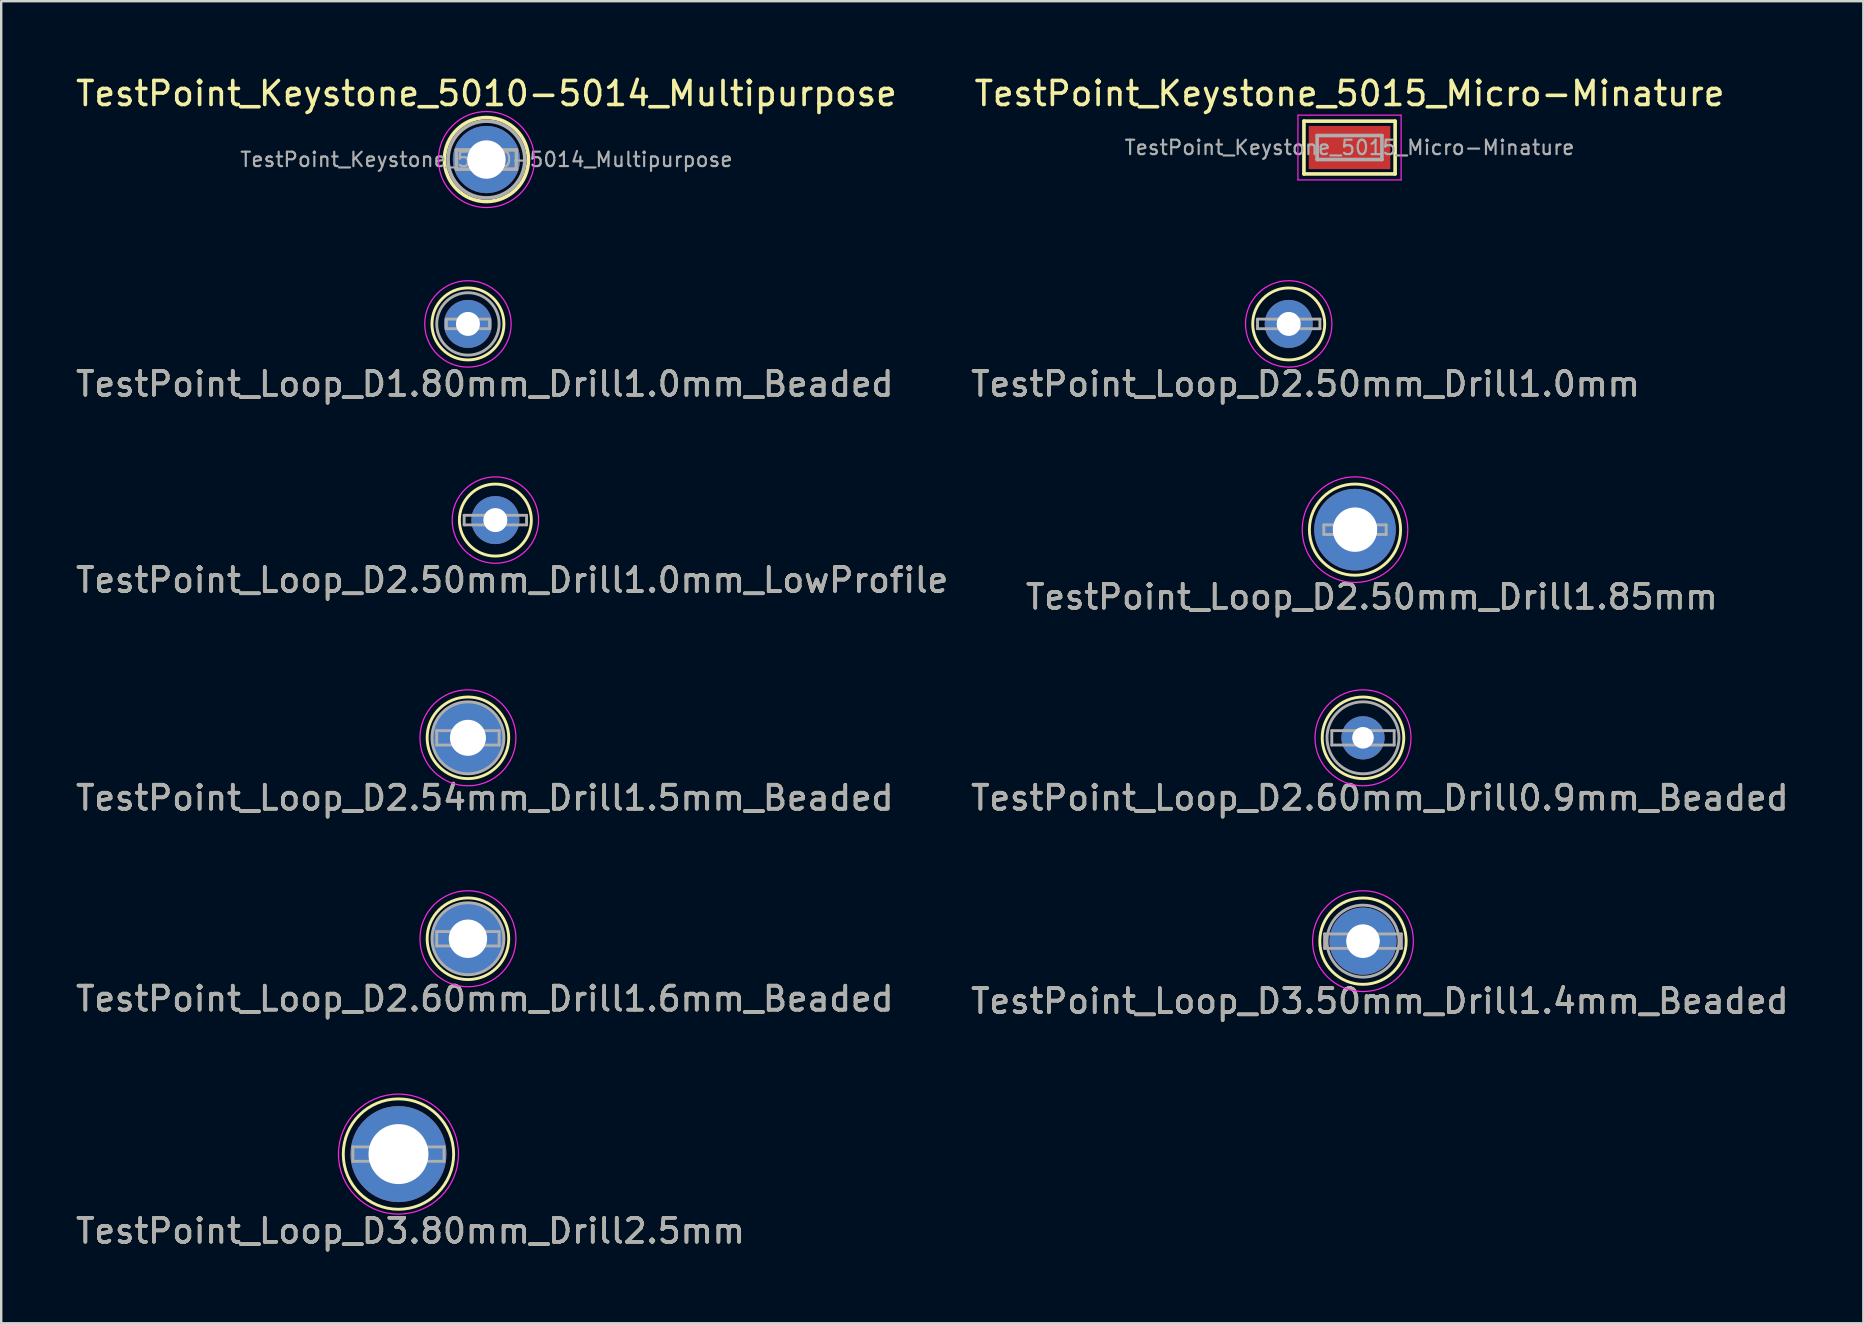
<source format=kicad_pcb>
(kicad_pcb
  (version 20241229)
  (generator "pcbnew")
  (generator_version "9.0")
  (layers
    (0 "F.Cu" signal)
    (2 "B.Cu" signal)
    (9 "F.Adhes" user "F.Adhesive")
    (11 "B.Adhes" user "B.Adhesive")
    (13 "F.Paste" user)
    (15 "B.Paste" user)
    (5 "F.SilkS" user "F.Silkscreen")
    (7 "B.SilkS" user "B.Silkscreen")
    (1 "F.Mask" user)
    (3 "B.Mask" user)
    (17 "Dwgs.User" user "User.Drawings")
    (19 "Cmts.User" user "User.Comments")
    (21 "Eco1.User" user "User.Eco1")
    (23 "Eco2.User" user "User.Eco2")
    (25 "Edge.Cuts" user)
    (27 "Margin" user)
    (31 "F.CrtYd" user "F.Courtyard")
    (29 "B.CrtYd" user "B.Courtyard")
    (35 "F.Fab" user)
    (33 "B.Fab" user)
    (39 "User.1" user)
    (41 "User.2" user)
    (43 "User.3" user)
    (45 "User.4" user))
  (footprint "TestPoint_Loop_D2.50mm_Drill1.0mm_LowProfile"
    (layer "F.Cu")
    (at 17.592 18.622)
    (property "Reference" "TestPoint_Loop_D2.50mm_Drill1.0mm_LowProfile" (at 0.7 2.5 0) (layer "F.SilkS") (effects (font (size 1 1) (thickness 0.15))))
    (attr through_hole)
    (fp_circle (center 0 0) (end 1.5 0) (stroke (width 0.12) (type solid)) (fill no) (layer "F.SilkS"))
    (fp_circle (center 0 0) (end 1.8 0) (stroke (width 0.05) (type solid)) (fill no) (layer "F.CrtYd"))
    (fp_line (start -1.3 -0.2) (end -1.3 0.2) (stroke (width 0.12) (type solid)) (layer "F.Fab"))
    (fp_line (start -1.3 0.2) (end 1.3 0.2) (stroke (width 0.12) (type solid)) (layer "F.Fab"))
    (fp_line (start 1.3 -0.2) (end -1.3 -0.2) (stroke (width 0.12) (type solid)) (layer "F.Fab"))
    (fp_line (start 1.3 0.2) (end 1.3 -0.2) (stroke (width 0.12) (type solid)) (layer "F.Fab"))
    (fp_text user "${REFERENCE}" (at 0.7 2.5 0) (layer "F.Fab") (effects (font (size 1 1) (thickness 0.15))))
    (pad "1" thru_hole circle (at 0 0) (size 2 2) (drill 1) (layers "*.Cu" "*.Mask")))
  (footprint "TestPoint_Keystone_5015_Micro-Minature"
    (layer "F.Cu")
    (at 53.185 3.098)
    (property "Reference" "TestPoint_Keystone_5015_Micro-Minature" (at 0 -2.25 0) (layer "F.SilkS") (effects (font (size 1 1) (thickness 0.15))))
    (attr smd)
    (fp_line (start -1.9 -1.1) (end 1.9 -1.1) (stroke (width 0.15) (type solid)) (layer "F.SilkS"))
    (fp_line (start -1.9 1.1) (end -1.9 -1.1) (stroke (width 0.15) (type solid)) (layer "F.SilkS"))
    (fp_line (start 1.9 -1.1) (end 1.9 1.1) (stroke (width 0.15) (type solid)) (layer "F.SilkS"))
    (fp_line (start 1.9 1.1) (end -1.9 1.1) (stroke (width 0.15) (type solid)) (layer "F.SilkS"))
    (fp_line (start -2.15 -1.35) (end 2.15 -1.35) (stroke (width 0.05) (type solid)) (layer "F.CrtYd"))
    (fp_line (start -2.15 1.35) (end -2.15 -1.35) (stroke (width 0.05) (type solid)) (layer "F.CrtYd"))
    (fp_line (start 2.15 -1.35) (end 2.15 1.35) (stroke (width 0.05) (type solid)) (layer "F.CrtYd"))
    (fp_line (start 2.15 1.35) (end -2.15 1.35) (stroke (width 0.05) (type solid)) (layer "F.CrtYd"))
    (fp_line (start -1.35 0.5) (end -1.35 -0.5) (stroke (width 0.15) (type solid)) (layer "F.Fab"))
    (fp_line (start -1.35 0.5) (end 1.35 0.5) (stroke (width 0.15) (type solid)) (layer "F.Fab"))
    (fp_line (start 1.35 -0.5) (end -1.35 -0.5) (stroke (width 0.15) (type solid)) (layer "F.Fab"))
    (fp_line (start 1.35 -0.5) (end 1.35 0.5) (stroke (width 0.15) (type solid)) (layer "F.Fab"))
    (fp_text user "${REFERENCE}" (at 0 0 0) (layer "F.Fab") (effects (font (size 0.6 0.6) (thickness 0.09))))
    (pad "1" smd rect (at 0 0) (size 3.4 1.8) (layers "F.Cu" "F.Mask" "F.Paste")))
  (footprint "TestPoint_Loop_D2.54mm_Drill1.5mm_Beaded"
    (layer "F.Cu")
    (at 16.449 27.695)
    (property "Reference" "TestPoint_Loop_D2.54mm_Drill1.5mm_Beaded" (at 0.7 2.5 0) (layer "F.SilkS") (effects (font (size 1 1) (thickness 0.15))))
    (attr through_hole)
    (fp_circle (center 0 0) (end 1.7 0) (stroke (width 0.12) (type solid)) (fill no) (layer "F.SilkS"))
    (fp_circle (center 0 0) (end 2 0) (stroke (width 0.05) (type solid)) (fill no) (layer "F.CrtYd"))
    (fp_line (start -1.3 -0.3) (end -1.3 0.3) (stroke (width 0.12) (type solid)) (layer "F.Fab"))
    (fp_line (start -1.3 0.3) (end 1.3 0.3) (stroke (width 0.12) (type solid)) (layer "F.Fab"))
    (fp_line (start 1.3 -0.3) (end -1.3 -0.3) (stroke (width 0.12) (type solid)) (layer "F.Fab"))
    (fp_line (start 1.3 0.3) (end 1.3 -0.3) (stroke (width 0.12) (type solid)) (layer "F.Fab"))
    (fp_circle (center 0 0) (end 1.5 0) (stroke (width 0.12) (type solid)) (fill no) (layer "F.Fab"))
    (fp_text user "${REFERENCE}" (at 0.7 2.5 0) (layer "F.Fab") (effects (font (size 1 1) (thickness 0.15))))
    (pad "1" thru_hole circle (at 0 0) (size 3 3) (drill 1.5) (layers "*.Cu" "*.Mask")))
  (footprint "TestPoint_Keystone_5010-5014_Multipurpose"
    (layer "F.Cu")
    (at 17.22 3.598)
    (property "Reference" "TestPoint_Keystone_5010-5014_Multipurpose" (at 0 -2.75 0) (layer "F.SilkS") (effects (font (size 1 1) (thickness 0.15))))
    (attr through_hole)
    (fp_circle (center 0 0) (end 1.75 0) (stroke (width 0.15) (type solid)) (fill no) (layer "F.SilkS"))
    (fp_circle (center 0 0) (end 2 0) (stroke (width 0.05) (type solid)) (fill no) (layer "F.CrtYd"))
    (fp_line (start -1.25 -0.4) (end 1.25 -0.4) (stroke (width 0.15) (type solid)) (layer "F.Fab"))
    (fp_line (start -1.25 0.4) (end -1.25 -0.4) (stroke (width 0.15) (type solid)) (layer "F.Fab"))
    (fp_line (start 1.25 -0.4) (end 1.25 0.4) (stroke (width 0.15) (type solid)) (layer "F.Fab"))
    (fp_line (start 1.25 0.4) (end -1.25 0.4) (stroke (width 0.15) (type solid)) (layer "F.Fab"))
    (fp_circle (center 0 0) (end 1.6 0) (stroke (width 0.15) (type solid)) (fill no) (layer "F.Fab"))
    (fp_text user "${REFERENCE}" (at 0 0 0) (layer "F.Fab") (effects (font (size 0.6 0.6) (thickness 0.09))))
    (pad "1" thru_hole circle (at 0 0) (size 2.8 2.8) (drill 1.6) (layers "*.Cu" "*.Mask")))
  (footprint "TestPoint_Loop_D2.60mm_Drill1.6mm_Beaded"
    (layer "F.Cu")
    (at 16.449 36.068)
    (property "Reference" "TestPoint_Loop_D2.60mm_Drill1.6mm_Beaded" (at 0.7 2.5 0) (layer "F.SilkS") (effects (font (size 1 1) (thickness 0.15))))
    (attr through_hole)
    (fp_circle (center 0 0) (end 1.7 0) (stroke (width 0.12) (type solid)) (fill no) (layer "F.SilkS"))
    (fp_circle (center 0 0) (end 2 0) (stroke (width 0.05) (type solid)) (fill no) (layer "F.CrtYd"))
    (fp_line (start -1.3 -0.3) (end -1.3 0.3) (stroke (width 0.12) (type solid)) (layer "F.Fab"))
    (fp_line (start -1.3 0.3) (end 1.3 0.3) (stroke (width 0.12) (type solid)) (layer "F.Fab"))
    (fp_line (start 1.3 -0.3) (end -1.3 -0.3) (stroke (width 0.12) (type solid)) (layer "F.Fab"))
    (fp_line (start 1.3 0.3) (end 1.3 -0.3) (stroke (width 0.12) (type solid)) (layer "F.Fab"))
    (fp_circle (center 0 0) (end 1.5 0) (stroke (width 0.12) (type solid)) (fill no) (layer "F.Fab"))
    (fp_text user "${REFERENCE}" (at 0.7 2.5 0) (layer "F.Fab") (effects (font (size 1 1) (thickness 0.15))))
    (pad "1" thru_hole circle (at 0 0) (size 3 3) (drill 1.6) (layers "*.Cu" "*.Mask")))
  (footprint "TestPoint_Loop_D1.80mm_Drill1.0mm_Beaded"
    (layer "F.Cu")
    (at 16.449 10.448)
    (property "Reference" "TestPoint_Loop_D1.80mm_Drill1.0mm_Beaded" (at 0.7 2.5 0) (layer "F.SilkS") (effects (font (size 1 1) (thickness 0.15))))
    (attr through_hole)
    (fp_circle (center 0 0) (end 1.5 0) (stroke (width 0.12) (type solid)) (fill no) (layer "F.SilkS"))
    (fp_circle (center 0 0) (end 1.8 0) (stroke (width 0.05) (type solid)) (fill no) (layer "F.CrtYd"))
    (fp_line (start -0.9 -0.2) (end 0.9 -0.2) (stroke (width 0.12) (type solid)) (layer "F.Fab"))
    (fp_line (start -0.9 0.2) (end -0.9 -0.2) (stroke (width 0.12) (type solid)) (layer "F.Fab"))
    (fp_line (start 0.9 -0.2) (end 0.9 0.2) (stroke (width 0.12) (type solid)) (layer "F.Fab"))
    (fp_line (start 0.9 0.2) (end -0.9 0.2) (stroke (width 0.12) (type solid)) (layer "F.Fab"))
    (fp_circle (center 0 0) (end 1.3 0) (stroke (width 0.12) (type solid)) (fill no) (layer "F.Fab"))
    (fp_text user "${REFERENCE}" (at 0.7 2.5 0) (layer "F.Fab") (effects (font (size 1 1) (thickness 0.15))))
    (pad "1" thru_hole circle (at 0 0) (size 2 2) (drill 1) (layers "*.Cu" "*.Mask")))
  (footprint "TestPoint_Loop_D3.80mm_Drill2.5mm"
    (layer "F.Cu")
    (at 13.554 45.041)
    (property "Reference" "TestPoint_Loop_D3.80mm_Drill2.5mm" (at 0.5 3.2 0) (layer "F.SilkS") (effects (font (size 1 1) (thickness 0.15))))
    (attr through_hole)
    (fp_circle (center 0 0) (end 2.3 0) (stroke (width 0.12) (type solid)) (fill no) (layer "F.SilkS"))
    (fp_circle (center 0 0) (end 2.5 0) (stroke (width 0.05) (type solid)) (fill no) (layer "F.CrtYd"))
    (fp_line (start -1.9 -0.3) (end -1.9 0.3) (stroke (width 0.12) (type solid)) (layer "F.Fab"))
    (fp_line (start -1.9 0.3) (end 1.9 0.3) (stroke (width 0.12) (type solid)) (layer "F.Fab"))
    (fp_line (start 1.9 -0.3) (end -1.9 -0.3) (stroke (width 0.12) (type solid)) (layer "F.Fab"))
    (fp_line (start 1.9 0.3) (end 1.9 -0.3) (stroke (width 0.12) (type solid)) (layer "F.Fab"))
    (fp_text user "${REFERENCE}" (at 0.5 3.2 0) (layer "F.Fab") (effects (font (size 1 1) (thickness 0.15))))
    (pad "1" thru_hole circle (at 0 0) (size 4 4) (drill 2.5) (layers "*.Cu" "*.Mask")))
  (footprint "TestPoint_Loop_D2.50mm_Drill1.85mm"
    (layer "F.Cu")
    (at 53.413 19.021)
    (property "Reference" "TestPoint_Loop_D2.50mm_Drill1.85mm" (at 0.7 2.8 0) (layer "F.SilkS") (effects (font (size 1 1) (thickness 0.15))))
    (attr through_hole)
    (fp_circle (center 0 0) (end 1.9 0) (stroke (width 0.12) (type solid)) (fill no) (layer "F.SilkS"))
    (fp_circle (center 0 0) (end 2.2 0) (stroke (width 0.05) (type solid)) (fill no) (layer "F.CrtYd"))
    (fp_line (start -1.3 -0.2) (end -1.3 0.2) (stroke (width 0.12) (type solid)) (layer "F.Fab"))
    (fp_line (start -1.3 0.2) (end 1.3 0.2) (stroke (width 0.12) (type solid)) (layer "F.Fab"))
    (fp_line (start 1.3 -0.2) (end -1.3 -0.2) (stroke (width 0.12) (type solid)) (layer "F.Fab"))
    (fp_line (start 1.3 0.2) (end 1.3 -0.2) (stroke (width 0.12) (type solid)) (layer "F.Fab"))
    (fp_text user "${REFERENCE}" (at 0.7 2.8 0) (layer "F.Fab") (effects (font (size 1 1) (thickness 0.15))))
    (pad "1" thru_hole circle (at 0 0) (size 3.4 3.4) (drill 1.85) (layers "*.Cu" "*.Mask")))
  (footprint "TestPoint_Loop_D3.50mm_Drill1.4mm_Beaded"
    (layer "F.Cu")
    (at 53.746 36.168)
    (property "Reference" "TestPoint_Loop_D3.50mm_Drill1.4mm_Beaded" (at 0.7 2.5 0) (layer "F.SilkS") (effects (font (size 1 1) (thickness 0.15))))
    (attr through_hole)
    (fp_circle (center 0 0) (end 1.8 0) (stroke (width 0.12) (type solid)) (fill no) (layer "F.SilkS"))
    (fp_circle (center 0 0) (end 2.1 0) (stroke (width 0.05) (type solid)) (fill no) (layer "F.CrtYd"))
    (fp_line (start -1.6 -0.3) (end -1.6 0.3) (stroke (width 0.12) (type solid)) (layer "F.Fab"))
    (fp_line (start -1.6 0.3) (end 1.6 0.3) (stroke (width 0.12) (type solid)) (layer "F.Fab"))
    (fp_line (start 1.6 -0.3) (end -1.6 -0.3) (stroke (width 0.12) (type solid)) (layer "F.Fab"))
    (fp_line (start 1.6 0.3) (end 1.6 -0.3) (stroke (width 0.12) (type solid)) (layer "F.Fab"))
    (fp_circle (center 0 0) (end 1.5 0) (stroke (width 0.12) (type solid)) (fill no) (layer "F.Fab"))
    (fp_text user "${REFERENCE}" (at 0.7 2.5 0) (layer "F.Fab") (effects (font (size 1 1) (thickness 0.15))))
    (pad "1" thru_hole circle (at 0 0) (size 2.8 2.8) (drill 1.4) (layers "*.Cu" "*.Mask")))
  (footprint "TestPoint_Loop_D2.60mm_Drill0.9mm_Beaded"
    (layer "F.Cu")
    (at 53.746 27.695)
    (property "Reference" "TestPoint_Loop_D2.60mm_Drill0.9mm_Beaded" (at 0.7 2.5 0) (layer "F.SilkS") (effects (font (size 1 1) (thickness 0.15))))
    (attr through_hole)
    (fp_circle (center 0 0) (end 1.7 0) (stroke (width 0.12) (type solid)) (fill no) (layer "F.SilkS"))
    (fp_circle (center 0 0) (end 2 0) (stroke (width 0.05) (type solid)) (fill no) (layer "F.CrtYd"))
    (fp_line (start -1.3 -0.3) (end -1.3 0.3) (stroke (width 0.12) (type solid)) (layer "F.Fab"))
    (fp_line (start -1.3 0.3) (end 1.3 0.3) (stroke (width 0.12) (type solid)) (layer "F.Fab"))
    (fp_line (start 1.3 -0.3) (end -1.3 -0.3) (stroke (width 0.12) (type solid)) (layer "F.Fab"))
    (fp_line (start 1.3 0.3) (end 1.3 -0.3) (stroke (width 0.12) (type solid)) (layer "F.Fab"))
    (fp_circle (center 0 0) (end 1.5 0) (stroke (width 0.12) (type solid)) (fill no) (layer "F.Fab"))
    (fp_text user "${REFERENCE}" (at 0.7 2.5 0) (layer "F.Fab") (effects (font (size 1 1) (thickness 0.15))))
    (pad "1" thru_hole circle (at 0 0) (size 1.8 1.8) (drill 0.9) (layers "*.Cu" "*.Mask")))
  (footprint "TestPoint_Loop_D2.50mm_Drill1.0mm"
    (layer "F.Cu")
    (at 50.651 10.448)
    (property "Reference" "TestPoint_Loop_D2.50mm_Drill1.0mm" (at 0.7 2.5 0) (layer "F.SilkS") (effects (font (size 1 1) (thickness 0.15))))
    (attr through_hole)
    (fp_circle (center 0 0) (end 1.5 0) (stroke (width 0.12) (type solid)) (fill no) (layer "F.SilkS"))
    (fp_circle (center 0 0) (end 1.8 0) (stroke (width 0.05) (type solid)) (fill no) (layer "F.CrtYd"))
    (fp_line (start -1.3 -0.2) (end -1.3 0.2) (stroke (width 0.12) (type solid)) (layer "F.Fab"))
    (fp_line (start -1.3 0.2) (end 1.3 0.2) (stroke (width 0.12) (type solid)) (layer "F.Fab"))
    (fp_line (start 1.3 -0.2) (end -1.3 -0.2) (stroke (width 0.12) (type solid)) (layer "F.Fab"))
    (fp_line (start 1.3 0.2) (end 1.3 -0.2) (stroke (width 0.12) (type solid)) (layer "F.Fab"))
    (fp_text user "${REFERENCE}" (at 0.7 2.5 0) (layer "F.Fab") (effects (font (size 1 1) (thickness 0.15))))
    (pad "1" thru_hole circle (at 0 0) (size 2 2) (drill 1) (layers "*.Cu" "*.Mask")))
  (gr_rect
    (start -3 -3)
    (end 74.595 52.09)
    (stroke (width 0.1) (type default))
    (fill no)
    (layer "Edge.Cuts")))
</source>
